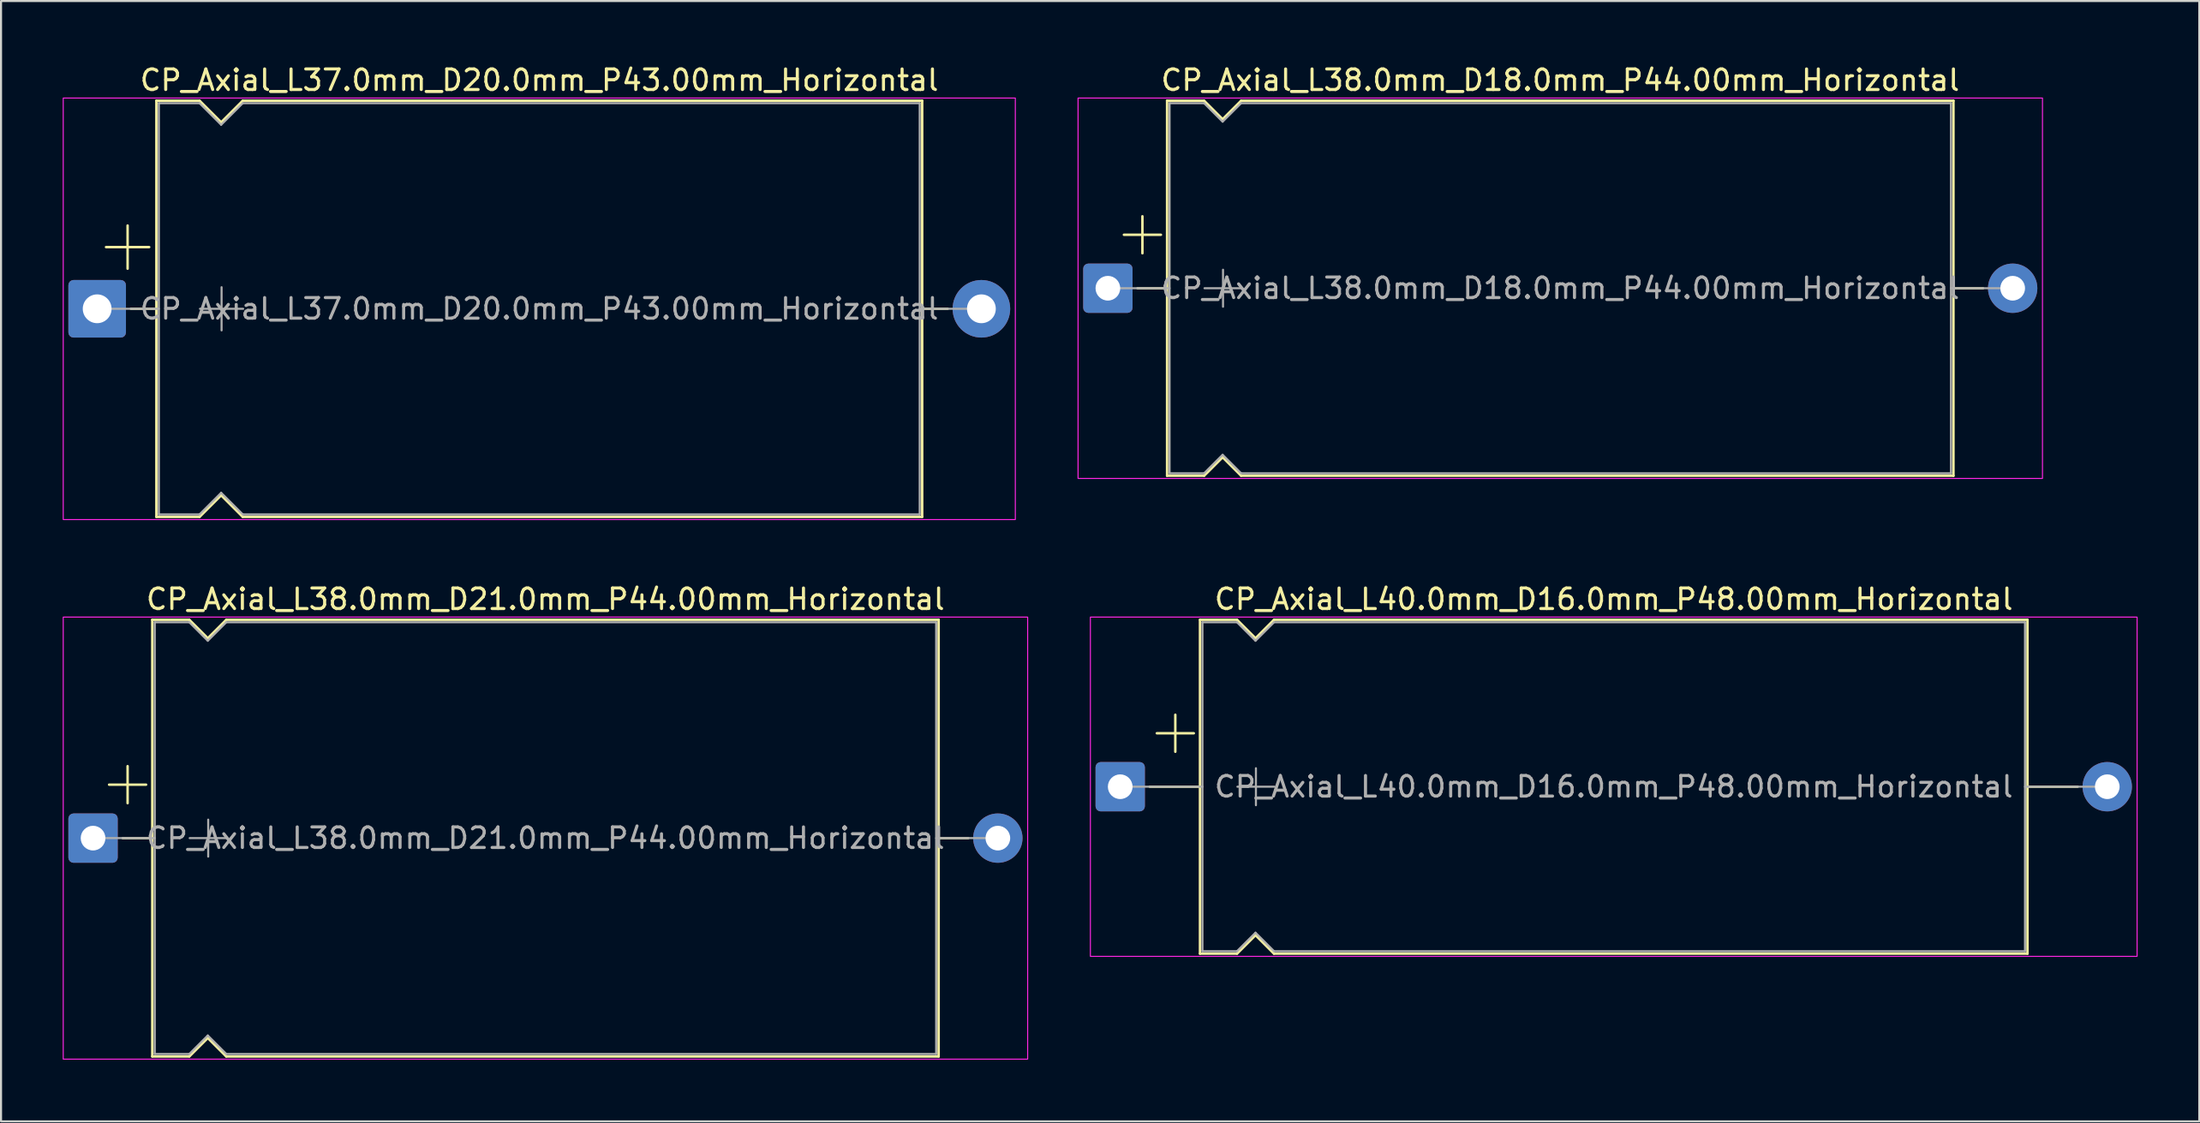
<source format=kicad_pcb>
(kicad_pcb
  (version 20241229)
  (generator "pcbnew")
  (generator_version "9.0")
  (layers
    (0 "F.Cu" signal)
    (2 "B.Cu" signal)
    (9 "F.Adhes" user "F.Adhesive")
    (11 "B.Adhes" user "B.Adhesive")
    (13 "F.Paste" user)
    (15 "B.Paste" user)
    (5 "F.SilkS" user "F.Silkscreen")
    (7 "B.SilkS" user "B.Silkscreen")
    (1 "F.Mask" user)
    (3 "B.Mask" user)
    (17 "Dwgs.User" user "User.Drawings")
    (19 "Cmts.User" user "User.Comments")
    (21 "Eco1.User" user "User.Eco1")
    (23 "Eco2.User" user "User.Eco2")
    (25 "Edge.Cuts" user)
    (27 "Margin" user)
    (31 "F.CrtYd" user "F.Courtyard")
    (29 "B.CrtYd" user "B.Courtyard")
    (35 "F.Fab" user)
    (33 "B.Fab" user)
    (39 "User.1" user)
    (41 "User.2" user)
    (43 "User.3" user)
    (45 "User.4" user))
  (footprint "CP_Axial_L38.0mm_D21.0mm_P44.00mm_Horizontal"
    (layer "F.Cu")
    (at 1.475 37.712)
    (property "Reference" "CP_Axial_L38.0mm_D21.0mm_P44.00mm_Horizontal" (at 22 -11.62 0) (layer "F.SilkS") (effects (font (size 1 1) (thickness 0.15))))
    (attr through_hole)
    (fp_line (start 0.78 -2.6) (end 2.58 -2.6) (stroke (width 0.12) (type solid)) (layer "F.SilkS"))
    (fp_line (start 1.44 0) (end 2.88 0) (stroke (width 0.12) (type solid)) (layer "F.SilkS"))
    (fp_line (start 1.68 -3.5) (end 1.68 -1.7) (stroke (width 0.12) (type solid)) (layer "F.SilkS"))
    (fp_line (start 2.88 -10.62) (end 2.88 10.62) (stroke (width 0.12) (type solid)) (layer "F.SilkS"))
    (fp_line (start 2.88 -10.62) (end 4.68 -10.62) (stroke (width 0.12) (type solid)) (layer "F.SilkS"))
    (fp_line (start 2.88 10.62) (end 4.68 10.62) (stroke (width 0.12) (type solid)) (layer "F.SilkS"))
    (fp_line (start 4.68 -10.62) (end 5.58 -9.72) (stroke (width 0.12) (type solid)) (layer "F.SilkS"))
    (fp_line (start 4.68 10.62) (end 5.58 9.72) (stroke (width 0.12) (type solid)) (layer "F.SilkS"))
    (fp_line (start 5.58 -9.72) (end 6.48 -10.62) (stroke (width 0.12) (type solid)) (layer "F.SilkS"))
    (fp_line (start 5.58 9.72) (end 6.48 10.62) (stroke (width 0.12) (type solid)) (layer "F.SilkS"))
    (fp_line (start 6.48 -10.62) (end 41.12 -10.62) (stroke (width 0.12) (type solid)) (layer "F.SilkS"))
    (fp_line (start 6.48 10.62) (end 41.12 10.62) (stroke (width 0.12) (type solid)) (layer "F.SilkS"))
    (fp_line (start 41.12 -10.62) (end 41.12 10.62) (stroke (width 0.12) (type solid)) (layer "F.SilkS"))
    (fp_line (start 42.56 0) (end 41.12 0) (stroke (width 0.12) (type solid)) (layer "F.SilkS"))
    (fp_rect (start -1.45 -10.75) (end 45.45 10.75) (stroke (width 0.05) (type solid)) (fill no) (layer "F.CrtYd"))
    (fp_line (start 0 0) (end 3 0) (stroke (width 0.1) (type solid)) (layer "F.Fab"))
    (fp_line (start 3 -10.5) (end 3 10.5) (stroke (width 0.1) (type solid)) (layer "F.Fab"))
    (fp_line (start 3 -10.5) (end 4.68 -10.5) (stroke (width 0.1) (type solid)) (layer "F.Fab"))
    (fp_line (start 3 10.5) (end 4.68 10.5) (stroke (width 0.1) (type solid)) (layer "F.Fab"))
    (fp_line (start 4.68 -10.5) (end 5.58 -9.6) (stroke (width 0.1) (type solid)) (layer "F.Fab"))
    (fp_line (start 4.68 10.5) (end 5.58 9.6) (stroke (width 0.1) (type solid)) (layer "F.Fab"))
    (fp_line (start 4.7 0) (end 6.5 0) (stroke (width 0.1) (type solid)) (layer "F.Fab"))
    (fp_line (start 5.58 -9.6) (end 6.48 -10.5) (stroke (width 0.1) (type solid)) (layer "F.Fab"))
    (fp_line (start 5.58 9.6) (end 6.48 10.5) (stroke (width 0.1) (type solid)) (layer "F.Fab"))
    (fp_line (start 5.6 -0.9) (end 5.6 0.9) (stroke (width 0.1) (type solid)) (layer "F.Fab"))
    (fp_line (start 6.48 -10.5) (end 41 -10.5) (stroke (width 0.1) (type solid)) (layer "F.Fab"))
    (fp_line (start 6.48 10.5) (end 41 10.5) (stroke (width 0.1) (type solid)) (layer "F.Fab"))
    (fp_line (start 41 -10.5) (end 41 10.5) (stroke (width 0.1) (type solid)) (layer "F.Fab"))
    (fp_line (start 44 0) (end 41 0) (stroke (width 0.1) (type solid)) (layer "F.Fab"))
    (fp_text user "${REFERENCE}" (at 22 0 0) (layer "F.Fab") (effects (font (size 1 1) (thickness 0.15))))
    (pad "1" thru_hole roundrect (at 0 0) (size 2.4 2.4) (drill 1.2) (layers "*.Cu" "*.Mask") (roundrect_rratio 0.104))
    (pad "2" thru_hole circle (at 44 0) (size 2.4 2.4) (drill 1.2) (layers "*.Cu" "*.Mask")))
  (footprint "CP_Axial_L37.0mm_D20.0mm_P43.00mm_Horizontal"
    (layer "F.Cu")
    (at 1.675 11.968)
    (property "Reference" "CP_Axial_L37.0mm_D20.0mm_P43.00mm_Horizontal" (at 21.5 -11.12 0) (layer "F.SilkS") (effects (font (size 1 1) (thickness 0.15))))
    (attr through_hole)
    (fp_line (start 0.43 -3) (end 2.53 -3) (stroke (width 0.12) (type solid)) (layer "F.SilkS"))
    (fp_line (start 1.48 -4.05) (end 1.48 -1.95) (stroke (width 0.12) (type solid)) (layer "F.SilkS"))
    (fp_line (start 1.64 0) (end 2.88 0) (stroke (width 0.12) (type solid)) (layer "F.SilkS"))
    (fp_line (start 2.88 -10.12) (end 2.88 10.12) (stroke (width 0.12) (type solid)) (layer "F.SilkS"))
    (fp_line (start 2.88 -10.12) (end 4.98 -10.12) (stroke (width 0.12) (type solid)) (layer "F.SilkS"))
    (fp_line (start 2.88 10.12) (end 4.98 10.12) (stroke (width 0.12) (type solid)) (layer "F.SilkS"))
    (fp_line (start 4.98 -10.12) (end 6.03 -9.07) (stroke (width 0.12) (type solid)) (layer "F.SilkS"))
    (fp_line (start 4.98 10.12) (end 6.03 9.07) (stroke (width 0.12) (type solid)) (layer "F.SilkS"))
    (fp_line (start 6.03 -9.07) (end 7.08 -10.12) (stroke (width 0.12) (type solid)) (layer "F.SilkS"))
    (fp_line (start 6.03 9.07) (end 7.08 10.12) (stroke (width 0.12) (type solid)) (layer "F.SilkS"))
    (fp_line (start 7.08 -10.12) (end 40.12 -10.12) (stroke (width 0.12) (type solid)) (layer "F.SilkS"))
    (fp_line (start 7.08 10.12) (end 40.12 10.12) (stroke (width 0.12) (type solid)) (layer "F.SilkS"))
    (fp_line (start 40.12 -10.12) (end 40.12 10.12) (stroke (width 0.12) (type solid)) (layer "F.SilkS"))
    (fp_line (start 41.36 0) (end 40.12 0) (stroke (width 0.12) (type solid)) (layer "F.SilkS"))
    (fp_rect (start -1.65 -10.25) (end 44.65 10.25) (stroke (width 0.05) (type solid)) (fill no) (layer "F.CrtYd"))
    (fp_line (start 0 0) (end 3 0) (stroke (width 0.1) (type solid)) (layer "F.Fab"))
    (fp_line (start 3 -10) (end 3 10) (stroke (width 0.1) (type solid)) (layer "F.Fab"))
    (fp_line (start 3 -10) (end 4.98 -10) (stroke (width 0.1) (type solid)) (layer "F.Fab"))
    (fp_line (start 3 10) (end 4.98 10) (stroke (width 0.1) (type solid)) (layer "F.Fab"))
    (fp_line (start 4.98 -10) (end 6.03 -8.95) (stroke (width 0.1) (type solid)) (layer "F.Fab"))
    (fp_line (start 4.98 10) (end 6.03 8.95) (stroke (width 0.1) (type solid)) (layer "F.Fab"))
    (fp_line (start 5 0) (end 7.1 0) (stroke (width 0.1) (type solid)) (layer "F.Fab"))
    (fp_line (start 6.03 -8.95) (end 7.08 -10) (stroke (width 0.1) (type solid)) (layer "F.Fab"))
    (fp_line (start 6.03 8.95) (end 7.08 10) (stroke (width 0.1) (type solid)) (layer "F.Fab"))
    (fp_line (start 6.05 -1.05) (end 6.05 1.05) (stroke (width 0.1) (type solid)) (layer "F.Fab"))
    (fp_line (start 7.08 -10) (end 40 -10) (stroke (width 0.1) (type solid)) (layer "F.Fab"))
    (fp_line (start 7.08 10) (end 40 10) (stroke (width 0.1) (type solid)) (layer "F.Fab"))
    (fp_line (start 40 -10) (end 40 10) (stroke (width 0.1) (type solid)) (layer "F.Fab"))
    (fp_line (start 43 0) (end 40 0) (stroke (width 0.1) (type solid)) (layer "F.Fab"))
    (fp_text user "${REFERENCE}" (at 21.5 0 0) (layer "F.Fab") (effects (font (size 1 1) (thickness 0.15))))
    (pad "1" thru_hole roundrect (at 0 0) (size 2.8 2.8) (drill 1.4) (layers "*.Cu" "*.Mask") (roundrect_rratio 0.089))
    (pad "2" thru_hole circle (at 43 0) (size 2.8 2.8) (drill 1.4) (layers "*.Cu" "*.Mask")))
  (footprint "CP_Axial_L40.0mm_D16.0mm_P48.00mm_Horizontal"
    (layer "F.Cu")
    (at 51.425 35.212)
    (property "Reference" "CP_Axial_L40.0mm_D16.0mm_P48.00mm_Horizontal" (at 24 -9.12 0) (layer "F.SilkS") (effects (font (size 1 1) (thickness 0.15))))
    (attr through_hole)
    (fp_line (start 1.44 0) (end 3.88 0) (stroke (width 0.12) (type solid)) (layer "F.SilkS"))
    (fp_line (start 1.78 -2.6) (end 3.58 -2.6) (stroke (width 0.12) (type solid)) (layer "F.SilkS"))
    (fp_line (start 2.68 -3.5) (end 2.68 -1.7) (stroke (width 0.12) (type solid)) (layer "F.SilkS"))
    (fp_line (start 3.88 -8.12) (end 3.88 8.12) (stroke (width 0.12) (type solid)) (layer "F.SilkS"))
    (fp_line (start 3.88 -8.12) (end 5.68 -8.12) (stroke (width 0.12) (type solid)) (layer "F.SilkS"))
    (fp_line (start 3.88 8.12) (end 5.68 8.12) (stroke (width 0.12) (type solid)) (layer "F.SilkS"))
    (fp_line (start 5.68 -8.12) (end 6.58 -7.22) (stroke (width 0.12) (type solid)) (layer "F.SilkS"))
    (fp_line (start 5.68 8.12) (end 6.58 7.22) (stroke (width 0.12) (type solid)) (layer "F.SilkS"))
    (fp_line (start 6.58 -7.22) (end 7.48 -8.12) (stroke (width 0.12) (type solid)) (layer "F.SilkS"))
    (fp_line (start 6.58 7.22) (end 7.48 8.12) (stroke (width 0.12) (type solid)) (layer "F.SilkS"))
    (fp_line (start 7.48 -8.12) (end 44.12 -8.12) (stroke (width 0.12) (type solid)) (layer "F.SilkS"))
    (fp_line (start 7.48 8.12) (end 44.12 8.12) (stroke (width 0.12) (type solid)) (layer "F.SilkS"))
    (fp_line (start 44.12 -8.12) (end 44.12 8.12) (stroke (width 0.12) (type solid)) (layer "F.SilkS"))
    (fp_line (start 46.56 0) (end 44.12 0) (stroke (width 0.12) (type solid)) (layer "F.SilkS"))
    (fp_rect (start -1.45 -8.25) (end 49.45 8.25) (stroke (width 0.05) (type solid)) (fill no) (layer "F.CrtYd"))
    (fp_line (start 0 0) (end 4 0) (stroke (width 0.1) (type solid)) (layer "F.Fab"))
    (fp_line (start 4 -8) (end 4 8) (stroke (width 0.1) (type solid)) (layer "F.Fab"))
    (fp_line (start 4 -8) (end 5.68 -8) (stroke (width 0.1) (type solid)) (layer "F.Fab"))
    (fp_line (start 4 8) (end 5.68 8) (stroke (width 0.1) (type solid)) (layer "F.Fab"))
    (fp_line (start 5.68 -8) (end 6.58 -7.1) (stroke (width 0.1) (type solid)) (layer "F.Fab"))
    (fp_line (start 5.68 8) (end 6.58 7.1) (stroke (width 0.1) (type solid)) (layer "F.Fab"))
    (fp_line (start 5.7 0) (end 7.5 0) (stroke (width 0.1) (type solid)) (layer "F.Fab"))
    (fp_line (start 6.58 -7.1) (end 7.48 -8) (stroke (width 0.1) (type solid)) (layer "F.Fab"))
    (fp_line (start 6.58 7.1) (end 7.48 8) (stroke (width 0.1) (type solid)) (layer "F.Fab"))
    (fp_line (start 6.6 -0.9) (end 6.6 0.9) (stroke (width 0.1) (type solid)) (layer "F.Fab"))
    (fp_line (start 7.48 -8) (end 44 -8) (stroke (width 0.1) (type solid)) (layer "F.Fab"))
    (fp_line (start 7.48 8) (end 44 8) (stroke (width 0.1) (type solid)) (layer "F.Fab"))
    (fp_line (start 44 -8) (end 44 8) (stroke (width 0.1) (type solid)) (layer "F.Fab"))
    (fp_line (start 48 0) (end 44 0) (stroke (width 0.1) (type solid)) (layer "F.Fab"))
    (fp_text user "${REFERENCE}" (at 24 0 0) (layer "F.Fab") (effects (font (size 1 1) (thickness 0.15))))
    (pad "1" thru_hole roundrect (at 0 0) (size 2.4 2.4) (drill 1.2) (layers "*.Cu" "*.Mask") (roundrect_rratio 0.104))
    (pad "2" thru_hole circle (at 48 0) (size 2.4 2.4) (drill 1.2) (layers "*.Cu" "*.Mask")))
  (footprint "CP_Axial_L38.0mm_D18.0mm_P44.00mm_Horizontal"
    (layer "F.Cu")
    (at 50.825 10.968)
    (property "Reference" "CP_Axial_L38.0mm_D18.0mm_P44.00mm_Horizontal" (at 22 -10.12 0) (layer "F.SilkS") (effects (font (size 1 1) (thickness 0.15))))
    (attr through_hole)
    (fp_line (start 0.78 -2.6) (end 2.58 -2.6) (stroke (width 0.12) (type solid)) (layer "F.SilkS"))
    (fp_line (start 1.44 0) (end 2.88 0) (stroke (width 0.12) (type solid)) (layer "F.SilkS"))
    (fp_line (start 1.68 -3.5) (end 1.68 -1.7) (stroke (width 0.12) (type solid)) (layer "F.SilkS"))
    (fp_line (start 2.88 -9.12) (end 2.88 9.12) (stroke (width 0.12) (type solid)) (layer "F.SilkS"))
    (fp_line (start 2.88 -9.12) (end 4.68 -9.12) (stroke (width 0.12) (type solid)) (layer "F.SilkS"))
    (fp_line (start 2.88 9.12) (end 4.68 9.12) (stroke (width 0.12) (type solid)) (layer "F.SilkS"))
    (fp_line (start 4.68 -9.12) (end 5.58 -8.22) (stroke (width 0.12) (type solid)) (layer "F.SilkS"))
    (fp_line (start 4.68 9.12) (end 5.58 8.22) (stroke (width 0.12) (type solid)) (layer "F.SilkS"))
    (fp_line (start 5.58 -8.22) (end 6.48 -9.12) (stroke (width 0.12) (type solid)) (layer "F.SilkS"))
    (fp_line (start 5.58 8.22) (end 6.48 9.12) (stroke (width 0.12) (type solid)) (layer "F.SilkS"))
    (fp_line (start 6.48 -9.12) (end 41.12 -9.12) (stroke (width 0.12) (type solid)) (layer "F.SilkS"))
    (fp_line (start 6.48 9.12) (end 41.12 9.12) (stroke (width 0.12) (type solid)) (layer "F.SilkS"))
    (fp_line (start 41.12 -9.12) (end 41.12 9.12) (stroke (width 0.12) (type solid)) (layer "F.SilkS"))
    (fp_line (start 42.56 0) (end 41.12 0) (stroke (width 0.12) (type solid)) (layer "F.SilkS"))
    (fp_rect (start -1.45 -9.25) (end 45.45 9.25) (stroke (width 0.05) (type solid)) (fill no) (layer "F.CrtYd"))
    (fp_line (start 0 0) (end 3 0) (stroke (width 0.1) (type solid)) (layer "F.Fab"))
    (fp_line (start 3 -9) (end 3 9) (stroke (width 0.1) (type solid)) (layer "F.Fab"))
    (fp_line (start 3 -9) (end 4.68 -9) (stroke (width 0.1) (type solid)) (layer "F.Fab"))
    (fp_line (start 3 9) (end 4.68 9) (stroke (width 0.1) (type solid)) (layer "F.Fab"))
    (fp_line (start 4.68 -9) (end 5.58 -8.1) (stroke (width 0.1) (type solid)) (layer "F.Fab"))
    (fp_line (start 4.68 9) (end 5.58 8.1) (stroke (width 0.1) (type solid)) (layer "F.Fab"))
    (fp_line (start 4.7 0) (end 6.5 0) (stroke (width 0.1) (type solid)) (layer "F.Fab"))
    (fp_line (start 5.58 -8.1) (end 6.48 -9) (stroke (width 0.1) (type solid)) (layer "F.Fab"))
    (fp_line (start 5.58 8.1) (end 6.48 9) (stroke (width 0.1) (type solid)) (layer "F.Fab"))
    (fp_line (start 5.6 -0.9) (end 5.6 0.9) (stroke (width 0.1) (type solid)) (layer "F.Fab"))
    (fp_line (start 6.48 -9) (end 41 -9) (stroke (width 0.1) (type solid)) (layer "F.Fab"))
    (fp_line (start 6.48 9) (end 41 9) (stroke (width 0.1) (type solid)) (layer "F.Fab"))
    (fp_line (start 41 -9) (end 41 9) (stroke (width 0.1) (type solid)) (layer "F.Fab"))
    (fp_line (start 44 0) (end 41 0) (stroke (width 0.1) (type solid)) (layer "F.Fab"))
    (fp_text user "${REFERENCE}" (at 22 0 0) (layer "F.Fab") (effects (font (size 1 1) (thickness 0.15))))
    (pad "1" thru_hole roundrect (at 0 0) (size 2.4 2.4) (drill 1.2) (layers "*.Cu" "*.Mask") (roundrect_rratio 0.104))
    (pad "2" thru_hole circle (at 44 0) (size 2.4 2.4) (drill 1.2) (layers "*.Cu" "*.Mask")))
  (gr_rect
    (start -3 -3)
    (end 103.9 51.486)
    (stroke (width 0.1) (type default))
    (fill no)
    (layer "Edge.Cuts")))
</source>
